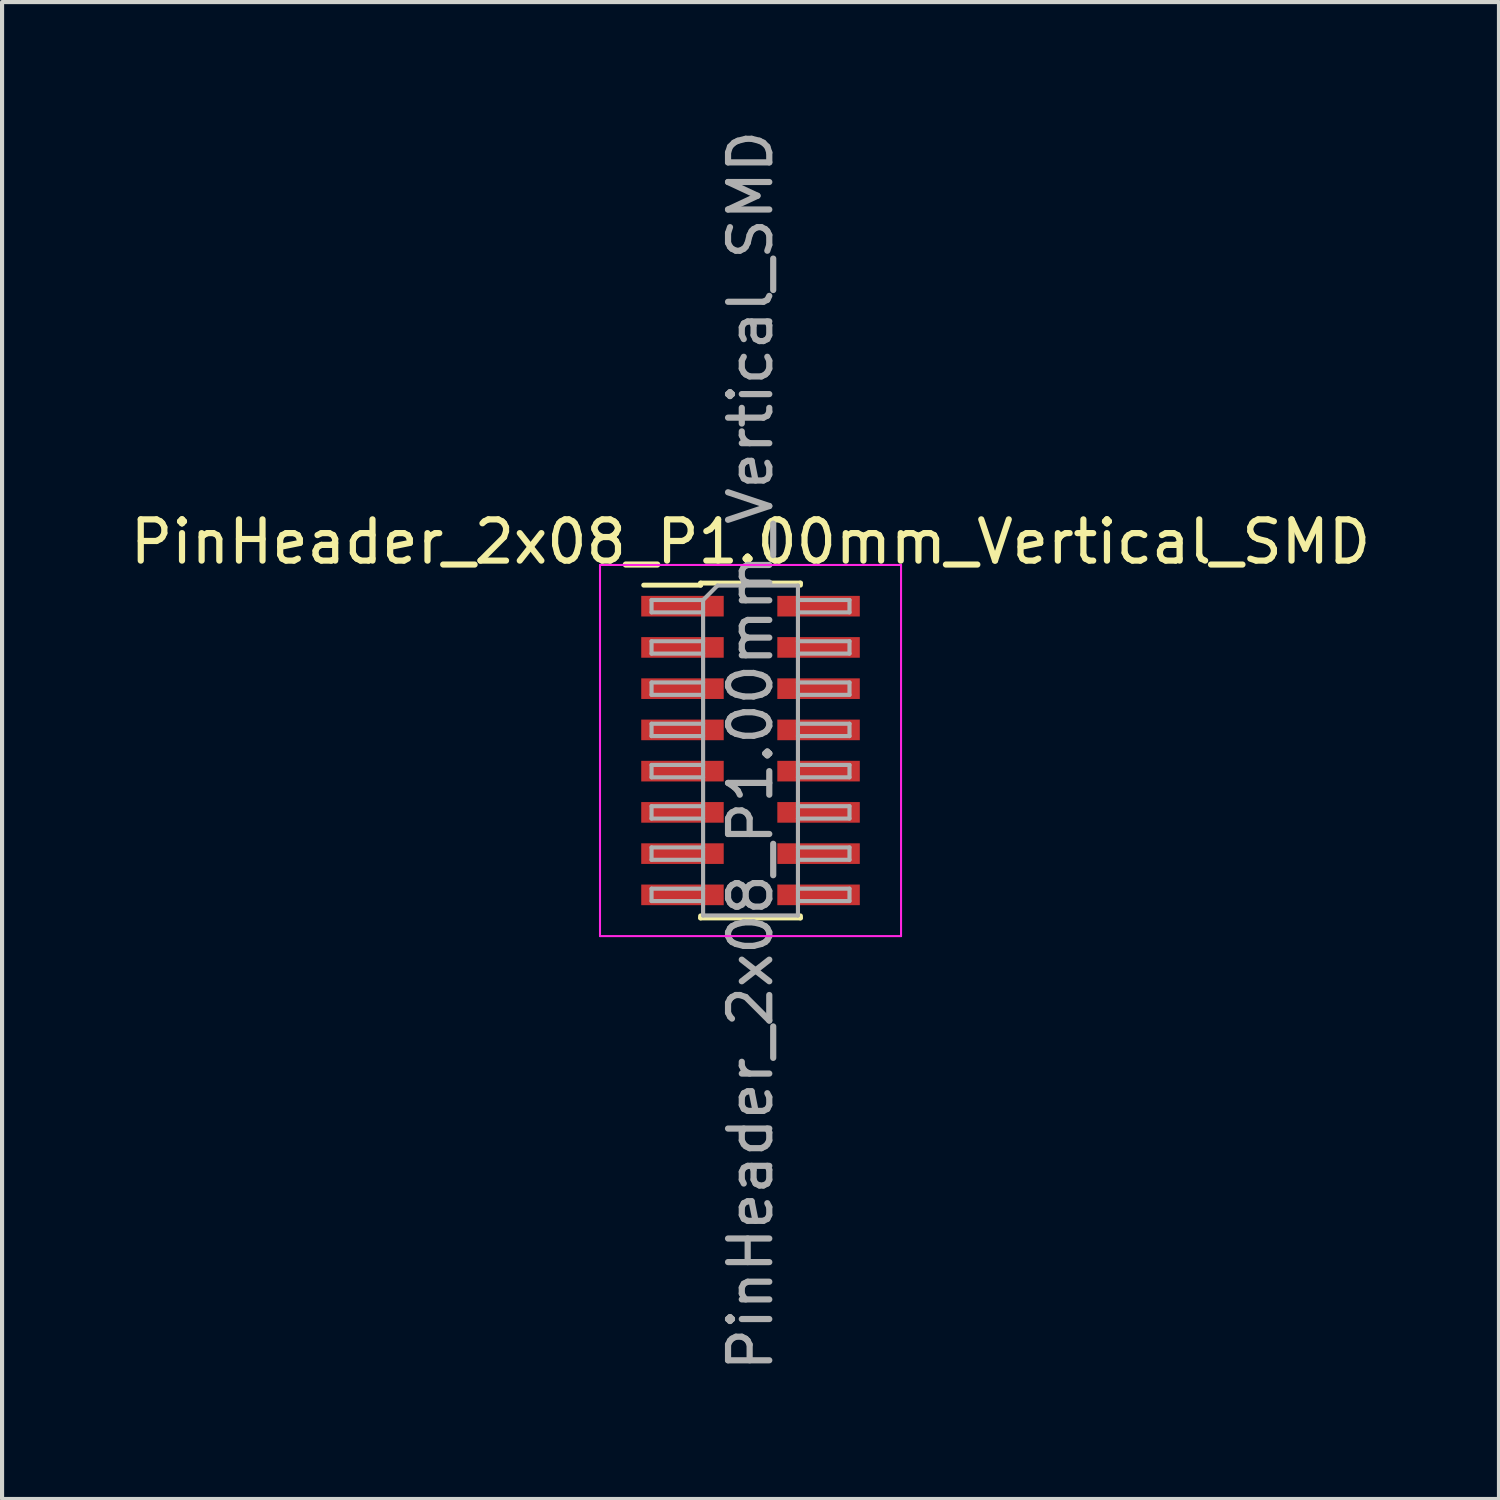
<source format=kicad_pcb>
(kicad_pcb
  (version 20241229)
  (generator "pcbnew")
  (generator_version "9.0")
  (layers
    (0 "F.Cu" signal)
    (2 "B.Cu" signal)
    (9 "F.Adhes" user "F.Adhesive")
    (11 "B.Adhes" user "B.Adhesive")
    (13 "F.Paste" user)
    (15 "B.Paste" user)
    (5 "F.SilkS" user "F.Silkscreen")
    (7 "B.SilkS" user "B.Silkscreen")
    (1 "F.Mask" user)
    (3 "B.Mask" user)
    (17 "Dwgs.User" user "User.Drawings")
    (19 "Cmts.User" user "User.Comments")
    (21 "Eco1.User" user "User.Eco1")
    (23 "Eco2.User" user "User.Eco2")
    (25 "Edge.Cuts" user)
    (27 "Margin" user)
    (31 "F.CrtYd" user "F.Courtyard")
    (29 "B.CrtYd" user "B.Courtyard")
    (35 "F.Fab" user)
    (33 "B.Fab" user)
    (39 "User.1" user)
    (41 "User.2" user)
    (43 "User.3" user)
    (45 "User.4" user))
  (footprint "PinHeader_2x08_P1.00mm_Vertical_SMD"
    (layer "F.Cu")
    (at 15.149 15.149)
    (property "Reference" "PinHeader_2x08_P1.00mm_Vertical_SMD" (at 0 -5.06 0) (layer "F.SilkS") (effects (font (size 1 1) (thickness 0.15))))
    (attr smd)
    (fp_line (start -2.59 -4.01) (end -1.21 -4.01) (stroke (width 0.12) (type solid)) (layer "F.SilkS"))
    (fp_line (start -1.21 -4.06) (end -1.21 -4.01) (stroke (width 0.12) (type solid)) (layer "F.SilkS"))
    (fp_line (start -1.21 -4.06) (end 1.21 -4.06) (stroke (width 0.12) (type solid)) (layer "F.SilkS"))
    (fp_line (start -1.21 4.01) (end -1.21 4.06) (stroke (width 0.12) (type solid)) (layer "F.SilkS"))
    (fp_line (start -1.21 4.06) (end 1.21 4.06) (stroke (width 0.12) (type solid)) (layer "F.SilkS"))
    (fp_line (start 1.21 -4.06) (end 1.21 -4.01) (stroke (width 0.12) (type solid)) (layer "F.SilkS"))
    (fp_line (start 1.21 4.01) (end 1.21 4.06) (stroke (width 0.12) (type solid)) (layer "F.SilkS"))
    (fp_line (start -3.65 -4.5) (end -3.65 4.5) (stroke (width 0.05) (type solid)) (layer "F.CrtYd"))
    (fp_line (start -3.65 4.5) (end 3.65 4.5) (stroke (width 0.05) (type solid)) (layer "F.CrtYd"))
    (fp_line (start 3.65 -4.5) (end -3.65 -4.5) (stroke (width 0.05) (type solid)) (layer "F.CrtYd"))
    (fp_line (start 3.65 4.5) (end 3.65 -4.5) (stroke (width 0.05) (type solid)) (layer "F.CrtYd"))
    (fp_line (start -2.4 -3.65) (end -2.4 -3.35) (stroke (width 0.1) (type solid)) (layer "F.Fab"))
    (fp_line (start -2.4 -3.35) (end -1.15 -3.35) (stroke (width 0.1) (type solid)) (layer "F.Fab"))
    (fp_line (start -2.4 -2.65) (end -2.4 -2.35) (stroke (width 0.1) (type solid)) (layer "F.Fab"))
    (fp_line (start -2.4 -2.35) (end -1.15 -2.35) (stroke (width 0.1) (type solid)) (layer "F.Fab"))
    (fp_line (start -2.4 -1.65) (end -2.4 -1.35) (stroke (width 0.1) (type solid)) (layer "F.Fab"))
    (fp_line (start -2.4 -1.35) (end -1.15 -1.35) (stroke (width 0.1) (type solid)) (layer "F.Fab"))
    (fp_line (start -2.4 -0.65) (end -2.4 -0.35) (stroke (width 0.1) (type solid)) (layer "F.Fab"))
    (fp_line (start -2.4 -0.35) (end -1.15 -0.35) (stroke (width 0.1) (type solid)) (layer "F.Fab"))
    (fp_line (start -2.4 0.35) (end -2.4 0.65) (stroke (width 0.1) (type solid)) (layer "F.Fab"))
    (fp_line (start -2.4 0.65) (end -1.15 0.65) (stroke (width 0.1) (type solid)) (layer "F.Fab"))
    (fp_line (start -2.4 1.35) (end -2.4 1.65) (stroke (width 0.1) (type solid)) (layer "F.Fab"))
    (fp_line (start -2.4 1.65) (end -1.15 1.65) (stroke (width 0.1) (type solid)) (layer "F.Fab"))
    (fp_line (start -2.4 2.35) (end -2.4 2.65) (stroke (width 0.1) (type solid)) (layer "F.Fab"))
    (fp_line (start -2.4 2.65) (end -1.15 2.65) (stroke (width 0.1) (type solid)) (layer "F.Fab"))
    (fp_line (start -2.4 3.35) (end -2.4 3.65) (stroke (width 0.1) (type solid)) (layer "F.Fab"))
    (fp_line (start -2.4 3.65) (end -1.15 3.65) (stroke (width 0.1) (type solid)) (layer "F.Fab"))
    (fp_line (start -1.15 -3.65) (end -2.4 -3.65) (stroke (width 0.1) (type solid)) (layer "F.Fab"))
    (fp_line (start -1.15 -3.65) (end -0.8 -4) (stroke (width 0.1) (type solid)) (layer "F.Fab"))
    (fp_line (start -1.15 -2.65) (end -2.4 -2.65) (stroke (width 0.1) (type solid)) (layer "F.Fab"))
    (fp_line (start -1.15 -1.65) (end -2.4 -1.65) (stroke (width 0.1) (type solid)) (layer "F.Fab"))
    (fp_line (start -1.15 -0.65) (end -2.4 -0.65) (stroke (width 0.1) (type solid)) (layer "F.Fab"))
    (fp_line (start -1.15 0.35) (end -2.4 0.35) (stroke (width 0.1) (type solid)) (layer "F.Fab"))
    (fp_line (start -1.15 1.35) (end -2.4 1.35) (stroke (width 0.1) (type solid)) (layer "F.Fab"))
    (fp_line (start -1.15 2.35) (end -2.4 2.35) (stroke (width 0.1) (type solid)) (layer "F.Fab"))
    (fp_line (start -1.15 3.35) (end -2.4 3.35) (stroke (width 0.1) (type solid)) (layer "F.Fab"))
    (fp_line (start -1.15 4) (end -1.15 -3.65) (stroke (width 0.1) (type solid)) (layer "F.Fab"))
    (fp_line (start -0.8 -4) (end 1.15 -4) (stroke (width 0.1) (type solid)) (layer "F.Fab"))
    (fp_line (start 1.15 -4) (end 1.15 4) (stroke (width 0.1) (type solid)) (layer "F.Fab"))
    (fp_line (start 1.15 -3.65) (end 2.4 -3.65) (stroke (width 0.1) (type solid)) (layer "F.Fab"))
    (fp_line (start 1.15 -2.65) (end 2.4 -2.65) (stroke (width 0.1) (type solid)) (layer "F.Fab"))
    (fp_line (start 1.15 -1.65) (end 2.4 -1.65) (stroke (width 0.1) (type solid)) (layer "F.Fab"))
    (fp_line (start 1.15 -0.65) (end 2.4 -0.65) (stroke (width 0.1) (type solid)) (layer "F.Fab"))
    (fp_line (start 1.15 0.35) (end 2.4 0.35) (stroke (width 0.1) (type solid)) (layer "F.Fab"))
    (fp_line (start 1.15 1.35) (end 2.4 1.35) (stroke (width 0.1) (type solid)) (layer "F.Fab"))
    (fp_line (start 1.15 2.35) (end 2.4 2.35) (stroke (width 0.1) (type solid)) (layer "F.Fab"))
    (fp_line (start 1.15 3.35) (end 2.4 3.35) (stroke (width 0.1) (type solid)) (layer "F.Fab"))
    (fp_line (start 1.15 4) (end -1.15 4) (stroke (width 0.1) (type solid)) (layer "F.Fab"))
    (fp_line (start 2.4 -3.65) (end 2.4 -3.35) (stroke (width 0.1) (type solid)) (layer "F.Fab"))
    (fp_line (start 2.4 -3.35) (end 1.15 -3.35) (stroke (width 0.1) (type solid)) (layer "F.Fab"))
    (fp_line (start 2.4 -2.65) (end 2.4 -2.35) (stroke (width 0.1) (type solid)) (layer "F.Fab"))
    (fp_line (start 2.4 -2.35) (end 1.15 -2.35) (stroke (width 0.1) (type solid)) (layer "F.Fab"))
    (fp_line (start 2.4 -1.65) (end 2.4 -1.35) (stroke (width 0.1) (type solid)) (layer "F.Fab"))
    (fp_line (start 2.4 -1.35) (end 1.15 -1.35) (stroke (width 0.1) (type solid)) (layer "F.Fab"))
    (fp_line (start 2.4 -0.65) (end 2.4 -0.35) (stroke (width 0.1) (type solid)) (layer "F.Fab"))
    (fp_line (start 2.4 -0.35) (end 1.15 -0.35) (stroke (width 0.1) (type solid)) (layer "F.Fab"))
    (fp_line (start 2.4 0.35) (end 2.4 0.65) (stroke (width 0.1) (type solid)) (layer "F.Fab"))
    (fp_line (start 2.4 0.65) (end 1.15 0.65) (stroke (width 0.1) (type solid)) (layer "F.Fab"))
    (fp_line (start 2.4 1.35) (end 2.4 1.65) (stroke (width 0.1) (type solid)) (layer "F.Fab"))
    (fp_line (start 2.4 1.65) (end 1.15 1.65) (stroke (width 0.1) (type solid)) (layer "F.Fab"))
    (fp_line (start 2.4 2.35) (end 2.4 2.65) (stroke (width 0.1) (type solid)) (layer "F.Fab"))
    (fp_line (start 2.4 2.65) (end 1.15 2.65) (stroke (width 0.1) (type solid)) (layer "F.Fab"))
    (fp_line (start 2.4 3.35) (end 2.4 3.65) (stroke (width 0.1) (type solid)) (layer "F.Fab"))
    (fp_line (start 2.4 3.65) (end 1.15 3.65) (stroke (width 0.1) (type solid)) (layer "F.Fab"))
    (fp_text user "${REFERENCE}" (at 0 0 90) (layer "F.Fab") (effects (font (size 1 1) (thickness 0.15))))
    (pad "1" smd rect (at -1.65 -3.5) (size 2 0.5) (layers "F.Cu" "F.Mask" "F.Paste"))
    (pad "2" smd rect (at 1.65 -3.5) (size 2 0.5) (layers "F.Cu" "F.Mask" "F.Paste"))
    (pad "3" smd rect (at -1.65 -2.5) (size 2 0.5) (layers "F.Cu" "F.Mask" "F.Paste"))
    (pad "4" smd rect (at 1.65 -2.5) (size 2 0.5) (layers "F.Cu" "F.Mask" "F.Paste"))
    (pad "5" smd rect (at -1.65 -1.5) (size 2 0.5) (layers "F.Cu" "F.Mask" "F.Paste"))
    (pad "6" smd rect (at 1.65 -1.5) (size 2 0.5) (layers "F.Cu" "F.Mask" "F.Paste"))
    (pad "7" smd rect (at -1.65 -0.5) (size 2 0.5) (layers "F.Cu" "F.Mask" "F.Paste"))
    (pad "8" smd rect (at 1.65 -0.5) (size 2 0.5) (layers "F.Cu" "F.Mask" "F.Paste"))
    (pad "9" smd rect (at -1.65 0.5) (size 2 0.5) (layers "F.Cu" "F.Mask" "F.Paste"))
    (pad "10" smd rect (at 1.65 0.5) (size 2 0.5) (layers "F.Cu" "F.Mask" "F.Paste"))
    (pad "11" smd rect (at -1.65 1.5) (size 2 0.5) (layers "F.Cu" "F.Mask" "F.Paste"))
    (pad "12" smd rect (at 1.65 1.5) (size 2 0.5) (layers "F.Cu" "F.Mask" "F.Paste"))
    (pad "13" smd rect (at -1.65 2.5) (size 2 0.5) (layers "F.Cu" "F.Mask" "F.Paste"))
    (pad "14" smd rect (at 1.65 2.5) (size 2 0.5) (layers "F.Cu" "F.Mask" "F.Paste"))
    (pad "15" smd rect (at -1.65 3.5) (size 2 0.5) (layers "F.Cu" "F.Mask" "F.Paste"))
    (pad "16" smd rect (at 1.65 3.5) (size 2 0.5) (layers "F.Cu" "F.Mask" "F.Paste")))
  (gr_rect
    (start -3 -3)
    (end 33.298 33.298)
    (stroke (width 0.1) (type default))
    (fill no)
    (layer "Edge.Cuts")))
</source>
